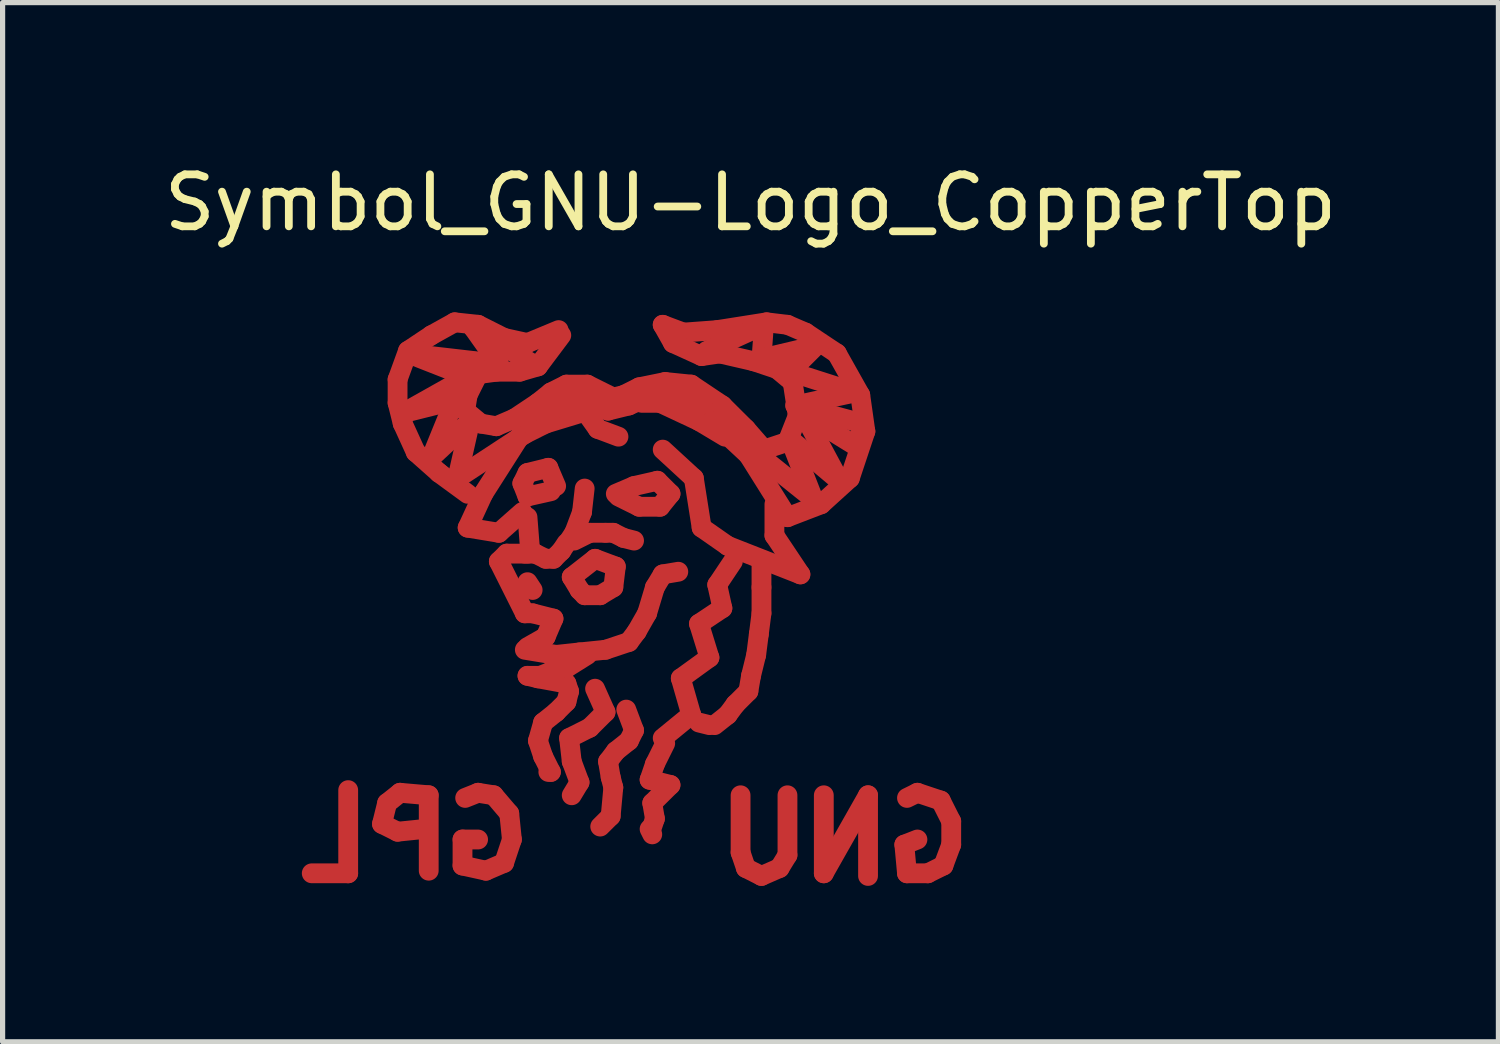
<source format=kicad_pcb>
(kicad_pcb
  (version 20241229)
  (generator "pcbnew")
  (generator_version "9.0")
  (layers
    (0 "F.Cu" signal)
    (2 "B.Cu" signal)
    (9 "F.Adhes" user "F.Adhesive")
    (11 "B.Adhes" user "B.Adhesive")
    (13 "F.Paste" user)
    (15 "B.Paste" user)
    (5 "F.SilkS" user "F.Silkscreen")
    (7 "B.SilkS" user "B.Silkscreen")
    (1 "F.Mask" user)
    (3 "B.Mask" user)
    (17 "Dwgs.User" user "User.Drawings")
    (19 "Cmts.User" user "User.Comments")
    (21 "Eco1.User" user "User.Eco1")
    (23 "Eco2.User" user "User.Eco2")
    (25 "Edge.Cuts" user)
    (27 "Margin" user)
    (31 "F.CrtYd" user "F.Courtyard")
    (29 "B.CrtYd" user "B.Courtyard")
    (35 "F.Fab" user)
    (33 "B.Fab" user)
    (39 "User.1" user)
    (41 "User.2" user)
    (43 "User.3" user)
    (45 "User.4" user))
  (footprint "Symbol_GNU-Logo_CopperTop"
    (layer "F.Cu")
    (at 11.387 6.899)
    (property "Reference" "Symbol_GNU-Logo_CopperTop" (at 0 -6.05 0) (layer "F.SilkS") (effects (font (size 1 1) (thickness 0.15))))
    (attr through_hole)
    (fp_line (start -7.739 5.25) (end -7.739 6.85) (stroke (width 0.381) (type solid)) (layer "F.Cu"))
    (fp_line (start -7.739 6.85) (end -8.44 6.85) (stroke (width 0.381) (type solid)) (layer "F.Cu"))
    (fp_line (start -7.089 5.9) (end -6.789 6.05) (stroke (width 0.381) (type solid)) (layer "F.Cu"))
    (fp_line (start -6.99 5.499) (end -7.089 5.9) (stroke (width 0.381) (type solid)) (layer "F.Cu"))
    (fp_line (start -6.789 -2.649) (end -6.789 -2.2) (stroke (width 0.381) (type solid)) (layer "F.Cu"))
    (fp_line (start -6.789 -2.2) (end -6.69 -1.801) (stroke (width 0.381) (type solid)) (layer "F.Cu"))
    (fp_line (start -6.789 6.05) (end -6.289 5.999) (stroke (width 0.381) (type solid)) (layer "F.Cu"))
    (fp_line (start -6.741 5.301) (end -6.99 5.499) (stroke (width 0.381) (type solid)) (layer "F.Cu"))
    (fp_line (start -6.69 -1.999) (end -5.441 -2.7) (stroke (width 0.381) (type solid)) (layer "F.Cu"))
    (fp_line (start -6.69 -1.801) (end -6.439 -1.25) (stroke (width 0.381) (type solid)) (layer "F.Cu"))
    (fp_line (start -6.589 -3.2) (end -6.789 -2.649) (stroke (width 0.381) (type solid)) (layer "F.Cu"))
    (fp_line (start -6.589 -3.15) (end -4.841 -2.949) (stroke (width 0.381) (type solid)) (layer "F.Cu"))
    (fp_line (start -6.439 -1.25) (end -5.989 -0.851) (stroke (width 0.381) (type solid)) (layer "F.Cu"))
    (fp_line (start -6.19 5.349) (end -6.741 5.301) (stroke (width 0.381) (type solid)) (layer "F.Cu"))
    (fp_line (start -6.19 6.8) (end -6.19 5.349) (stroke (width 0.381) (type solid)) (layer "F.Cu"))
    (fp_line (start -6.139 -3.5) (end -6.589 -3.2) (stroke (width 0.381) (type solid)) (layer "F.Cu"))
    (fp_line (start -6.139 -1.151) (end -5.69 -2.25) (stroke (width 0.381) (type solid)) (layer "F.Cu"))
    (fp_line (start -5.989 -0.851) (end -5.441 -0.45) (stroke (width 0.381) (type solid)) (layer "F.Cu"))
    (fp_line (start -5.69 -3.749) (end -6.139 -3.5) (stroke (width 0.381) (type solid)) (layer "F.Cu"))
    (fp_line (start -5.69 -2.25) (end -6.69 -1.999) (stroke (width 0.381) (type solid)) (layer "F.Cu"))
    (fp_line (start -5.639 -0.749) (end -5.39 -1.849) (stroke (width 0.381) (type solid)) (layer "F.Cu"))
    (fp_line (start -5.54 6.2) (end -5.24 6.2) (stroke (width 0.381) (type solid)) (layer "F.Cu"))
    (fp_line (start -5.54 6.701) (end -5.54 6.2) (stroke (width 0.381) (type solid)) (layer "F.Cu"))
    (fp_line (start -5.489 -2.05) (end -5.189 -1.801) (stroke (width 0.381) (type solid)) (layer "F.Cu"))
    (fp_line (start -5.489 5.4) (end -5.24 5.301) (stroke (width 0.381) (type solid)) (layer "F.Cu"))
    (fp_line (start -5.441 -2.7) (end -6.589 -3.15) (stroke (width 0.381) (type solid)) (layer "F.Cu"))
    (fp_line (start -5.441 -2.349) (end -5.489 -2.05) (stroke (width 0.381) (type solid)) (layer "F.Cu"))
    (fp_line (start -5.441 0.201) (end -4.841 0.3) (stroke (width 0.381) (type solid)) (layer "F.Cu"))
    (fp_line (start -5.39 -1.849) (end -6.139 -1.151) (stroke (width 0.381) (type solid)) (layer "F.Cu"))
    (fp_line (start -5.339 -3.65) (end -4.191 -2.949) (stroke (width 0.381) (type solid)) (layer "F.Cu"))
    (fp_line (start -5.24 -3.701) (end -5.69 -3.749) (stroke (width 0.381) (type solid)) (layer "F.Cu"))
    (fp_line (start -5.24 -2.751) (end -5.441 -2.349) (stroke (width 0.381) (type solid)) (layer "F.Cu"))
    (fp_line (start -5.24 5.301) (end -4.94 5.349) (stroke (width 0.381) (type solid)) (layer "F.Cu"))
    (fp_line (start -5.189 -1.801) (end -4.889 -1.75) (stroke (width 0.381) (type solid)) (layer "F.Cu"))
    (fp_line (start -5.141 -0.45) (end -5.441 0.201) (stroke (width 0.381) (type solid)) (layer "F.Cu"))
    (fp_line (start -5.09 6.8) (end -5.54 6.701) (stroke (width 0.381) (type solid)) (layer "F.Cu"))
    (fp_line (start -4.94 5.349) (end -4.641 5.7) (stroke (width 0.381) (type solid)) (layer "F.Cu"))
    (fp_line (start -4.889 -2.799) (end -5.24 -2.751) (stroke (width 0.381) (type solid)) (layer "F.Cu"))
    (fp_line (start -4.889 -1.75) (end -4.539 -1.9) (stroke (width 0.381) (type solid)) (layer "F.Cu"))
    (fp_line (start -4.841 -2.949) (end -5.339 -3.65) (stroke (width 0.381) (type solid)) (layer "F.Cu"))
    (fp_line (start -4.841 0.3) (end -4.389 -0.099) (stroke (width 0.381) (type solid)) (layer "F.Cu"))
    (fp_line (start -4.841 0.851) (end -4.341 1.849) (stroke (width 0.381) (type solid)) (layer "F.Cu"))
    (fp_line (start -4.74 -3.449) (end -5.24 -3.701) (stroke (width 0.381) (type solid)) (layer "F.Cu"))
    (fp_line (start -4.74 6.65) (end -5.09 6.8) (stroke (width 0.381) (type solid)) (layer "F.Cu"))
    (fp_line (start -4.689 0.701) (end -4.841 0.851) (stroke (width 0.381) (type solid)) (layer "F.Cu"))
    (fp_line (start -4.641 5.7) (end -4.59 6.2) (stroke (width 0.381) (type solid)) (layer "F.Cu"))
    (fp_line (start -4.59 6.2) (end -4.74 6.65) (stroke (width 0.381) (type solid)) (layer "F.Cu"))
    (fp_line (start -4.539 -1.9) (end -4.089 -2.2) (stroke (width 0.381) (type solid)) (layer "F.Cu"))
    (fp_line (start -4.44 -2.799) (end -4.889 -2.799) (stroke (width 0.381) (type solid)) (layer "F.Cu"))
    (fp_line (start -4.44 -1.549) (end -5.141 -0.45) (stroke (width 0.381) (type solid)) (layer "F.Cu"))
    (fp_line (start -4.389 -0.65) (end -4.29 -0.399) (stroke (width 0.381) (type solid)) (layer "F.Cu"))
    (fp_line (start -4.341 -1.6) (end -5.639 -0.749) (stroke (width 0.381) (type solid)) (layer "F.Cu"))
    (fp_line (start -4.341 1.849) (end -4.191 1.849) (stroke (width 0.381) (type solid)) (layer "F.Cu"))
    (fp_line (start -4.341 2.55) (end -3.739 2.649) (stroke (width 0.381) (type solid)) (layer "F.Cu"))
    (fp_line (start -4.29 -3.35) (end -4.74 -3.449) (stroke (width 0.381) (type solid)) (layer "F.Cu"))
    (fp_line (start -4.29 -0.851) (end -4.389 -0.65) (stroke (width 0.381) (type solid)) (layer "F.Cu"))
    (fp_line (start -4.29 -0.399) (end -3.84 -0.5) (stroke (width 0.381) (type solid)) (layer "F.Cu"))
    (fp_line (start -4.29 0) (end -4.239 0.65) (stroke (width 0.381) (type solid)) (layer "F.Cu"))
    (fp_line (start -4.29 0.701) (end -4.689 0.701) (stroke (width 0.381) (type solid)) (layer "F.Cu"))
    (fp_line (start -4.29 1.25) (end -4.191 1.4) (stroke (width 0.381) (type solid)) (layer "F.Cu"))
    (fp_line (start -4.29 3.051) (end -4.089 3.099) (stroke (width 0.381) (type solid)) (layer "F.Cu"))
    (fp_line (start -4.239 -1.801) (end -4.44 -1.549) (stroke (width 0.381) (type solid)) (layer "F.Cu"))
    (fp_line (start -4.191 1.849) (end -3.79 1.951) (stroke (width 0.381) (type solid)) (layer "F.Cu"))
    (fp_line (start -4.14 0.701) (end -4.341 0.701) (stroke (width 0.381) (type solid)) (layer "F.Cu"))
    (fp_line (start -4.089 -2.901) (end -4.44 -2.799) (stroke (width 0.381) (type solid)) (layer "F.Cu"))
    (fp_line (start -4.089 -2.2) (end -3.84 -2.4) (stroke (width 0.381) (type solid)) (layer "F.Cu"))
    (fp_line (start -4.089 3.099) (end -3.541 3.2) (stroke (width 0.381) (type solid)) (layer "F.Cu"))
    (fp_line (start -4.089 4.3) (end -3.99 4.6) (stroke (width 0.381) (type solid)) (layer "F.Cu"))
    (fp_line (start -4.041 3.051) (end -4.29 3.051) (stroke (width 0.381) (type solid)) (layer "F.Cu"))
    (fp_line (start -3.99 3.95) (end -4.089 4.3) (stroke (width 0.381) (type solid)) (layer "F.Cu"))
    (fp_line (start -3.99 4.6) (end -3.84 4.9) (stroke (width 0.381) (type solid)) (layer "F.Cu"))
    (fp_line (start -3.94 -1.801) (end -4.341 -1.6) (stroke (width 0.381) (type solid)) (layer "F.Cu"))
    (fp_line (start -3.94 0.8) (end -4.14 0.701) (stroke (width 0.381) (type solid)) (layer "F.Cu"))
    (fp_line (start -3.94 2.301) (end -4.29 2.499) (stroke (width 0.381) (type solid)) (layer "F.Cu"))
    (fp_line (start -3.889 -0.95) (end -4.29 -0.851) (stroke (width 0.381) (type solid)) (layer "F.Cu"))
    (fp_line (start -3.84 -2.4) (end -3.541 -2.55) (stroke (width 0.381) (type solid)) (layer "F.Cu"))
    (fp_line (start -3.84 4.9) (end -3.889 4.9) (stroke (width 0.381) (type solid)) (layer "F.Cu"))
    (fp_line (start -3.79 0.8) (end -3.94 0.8) (stroke (width 0.381) (type solid)) (layer "F.Cu"))
    (fp_line (start -3.79 1.951) (end -3.94 2.301) (stroke (width 0.381) (type solid)) (layer "F.Cu"))
    (fp_line (start -3.79 2.949) (end -4.041 3.051) (stroke (width 0.381) (type solid)) (layer "F.Cu"))
    (fp_line (start -3.739 -0.599) (end -3.889 -0.95) (stroke (width 0.381) (type solid)) (layer "F.Cu"))
    (fp_line (start -3.739 2.649) (end -3.289 2.601) (stroke (width 0.381) (type solid)) (layer "F.Cu"))
    (fp_line (start -3.739 3.749) (end -3.99 3.95) (stroke (width 0.381) (type solid)) (layer "F.Cu"))
    (fp_line (start -3.691 -3.599) (end -4.29 -3.35) (stroke (width 0.381) (type solid)) (layer "F.Cu"))
    (fp_line (start -3.64 -3.5) (end -4.089 -2.901) (stroke (width 0.381) (type solid)) (layer "F.Cu"))
    (fp_line (start -3.64 -2.101) (end -4.239 -1.801) (stroke (width 0.381) (type solid)) (layer "F.Cu"))
    (fp_line (start -3.64 0.65) (end -3.79 0.8) (stroke (width 0.381) (type solid)) (layer "F.Cu"))
    (fp_line (start -3.541 -2.55) (end -3.139 -2.55) (stroke (width 0.381) (type solid)) (layer "F.Cu"))
    (fp_line (start -3.541 0.5) (end -3.64 0.65) (stroke (width 0.381) (type solid)) (layer "F.Cu"))
    (fp_line (start -3.541 2.901) (end -3.79 2.901) (stroke (width 0.381) (type solid)) (layer "F.Cu"))
    (fp_line (start -3.541 3.2) (end -3.49 3.35) (stroke (width 0.381) (type solid)) (layer "F.Cu"))
    (fp_line (start -3.541 3.551) (end -3.739 3.749) (stroke (width 0.381) (type solid)) (layer "F.Cu"))
    (fp_line (start -3.49 3.35) (end -3.541 3.551) (stroke (width 0.381) (type solid)) (layer "F.Cu"))
    (fp_line (start -3.49 4.249) (end -3.439 4.699) (stroke (width 0.381) (type solid)) (layer "F.Cu"))
    (fp_line (start -3.439 1.151) (end -2.99 0.8) (stroke (width 0.381) (type solid)) (layer "F.Cu"))
    (fp_line (start -3.439 4.699) (end -3.289 5.1) (stroke (width 0.381) (type solid)) (layer "F.Cu"))
    (fp_line (start -3.391 -2.301) (end -3.64 -2.25) (stroke (width 0.381) (type solid)) (layer "F.Cu"))
    (fp_line (start -3.391 0.3) (end -3.49 0.45) (stroke (width 0.381) (type solid)) (layer "F.Cu"))
    (fp_line (start -3.391 0.45) (end -3.091 0.3) (stroke (width 0.381) (type solid)) (layer "F.Cu"))
    (fp_line (start -3.289 -1.999) (end -3.94 -1.801) (stroke (width 0.381) (type solid)) (layer "F.Cu"))
    (fp_line (start -3.289 1.4) (end -3.439 1.151) (stroke (width 0.381) (type solid)) (layer "F.Cu"))
    (fp_line (start -3.289 2.601) (end -2.789 2.55) (stroke (width 0.381) (type solid)) (layer "F.Cu"))
    (fp_line (start -3.289 5.1) (end -3.439 5.349) (stroke (width 0.381) (type solid)) (layer "F.Cu"))
    (fp_line (start -3.241 -0.099) (end -3.391 0.3) (stroke (width 0.381) (type solid)) (layer "F.Cu"))
    (fp_line (start -3.19 -2.2) (end -3.64 -2.101) (stroke (width 0.381) (type solid)) (layer "F.Cu"))
    (fp_line (start -3.19 -0.551) (end -3.241 -0.099) (stroke (width 0.381) (type solid)) (layer "F.Cu"))
    (fp_line (start -3.19 1.501) (end -3.289 1.4) (stroke (width 0.381) (type solid)) (layer "F.Cu"))
    (fp_line (start -3.139 -2.55) (end -2.639 -2.301) (stroke (width 0.381) (type solid)) (layer "F.Cu"))
    (fp_line (start -3.139 2.649) (end -3.541 2.901) (stroke (width 0.381) (type solid)) (layer "F.Cu"))
    (fp_line (start -3.091 0.3) (end -2.789 0.3) (stroke (width 0.381) (type solid)) (layer "F.Cu"))
    (fp_line (start -3.091 4.049) (end -3.49 4.249) (stroke (width 0.381) (type solid)) (layer "F.Cu"))
    (fp_line (start -2.99 0.8) (end -2.591 0.95) (stroke (width 0.381) (type solid)) (layer "F.Cu"))
    (fp_line (start -2.99 3.299) (end -2.789 3.749) (stroke (width 0.381) (type solid)) (layer "F.Cu"))
    (fp_line (start -2.939 -1.699) (end -3.19 -2.05) (stroke (width 0.381) (type solid)) (layer "F.Cu"))
    (fp_line (start -2.891 1.501) (end -3.19 1.501) (stroke (width 0.381) (type solid)) (layer "F.Cu"))
    (fp_line (start -2.789 0.3) (end -2.639 0.3) (stroke (width 0.381) (type solid)) (layer "F.Cu"))
    (fp_line (start -2.789 2.55) (end -2.339 2.4) (stroke (width 0.381) (type solid)) (layer "F.Cu"))
    (fp_line (start -2.789 3.749) (end -3.091 4.049) (stroke (width 0.381) (type solid)) (layer "F.Cu"))
    (fp_line (start -2.741 -2.05) (end -3.19 -2.2) (stroke (width 0.381) (type solid)) (layer "F.Cu"))
    (fp_line (start -2.741 4.699) (end -2.69 5.001) (stroke (width 0.381) (type solid)) (layer "F.Cu"))
    (fp_line (start -2.69 5.001) (end -2.639 5.199) (stroke (width 0.381) (type solid)) (layer "F.Cu"))
    (fp_line (start -2.69 5.751) (end -2.891 5.951) (stroke (width 0.381) (type solid)) (layer "F.Cu"))
    (fp_line (start -2.639 -2.301) (end -2.441 -2.349) (stroke (width 0.381) (type solid)) (layer "F.Cu"))
    (fp_line (start -2.639 0.3) (end -2.441 0.399) (stroke (width 0.381) (type solid)) (layer "F.Cu"))
    (fp_line (start -2.639 1.349) (end -2.891 1.501) (stroke (width 0.381) (type solid)) (layer "F.Cu"))
    (fp_line (start -2.639 5.199) (end -2.69 5.751) (stroke (width 0.381) (type solid)) (layer "F.Cu"))
    (fp_line (start -2.591 -0.45) (end -2.24 -0.599) (stroke (width 0.381) (type solid)) (layer "F.Cu"))
    (fp_line (start -2.591 0.95) (end -2.639 1.349) (stroke (width 0.381) (type solid)) (layer "F.Cu"))
    (fp_line (start -2.591 4.501) (end -2.741 4.699) (stroke (width 0.381) (type solid)) (layer "F.Cu"))
    (fp_line (start -2.54 -1.549) (end -2.939 -1.699) (stroke (width 0.381) (type solid)) (layer "F.Cu"))
    (fp_line (start -2.441 -2.349) (end -2.141 -2.499) (stroke (width 0.381) (type solid)) (layer "F.Cu"))
    (fp_line (start -2.441 0.399) (end -2.24 0.45) (stroke (width 0.381) (type solid)) (layer "F.Cu"))
    (fp_line (start -2.39 3.701) (end -2.24 4.1) (stroke (width 0.381) (type solid)) (layer "F.Cu"))
    (fp_line (start -2.339 -2.149) (end -2.741 -2.05) (stroke (width 0.381) (type solid)) (layer "F.Cu"))
    (fp_line (start -2.339 2.4) (end -2.189 2.2) (stroke (width 0.381) (type solid)) (layer "F.Cu"))
    (fp_line (start -2.339 4.3) (end -2.591 4.501) (stroke (width 0.381) (type solid)) (layer "F.Cu"))
    (fp_line (start -2.24 -0.599) (end -1.791 -0.701) (stroke (width 0.381) (type solid)) (layer "F.Cu"))
    (fp_line (start -2.24 4.1) (end -2.339 4.3) (stroke (width 0.381) (type solid)) (layer "F.Cu"))
    (fp_line (start -2.189 2.2) (end -1.989 1.849) (stroke (width 0.381) (type solid)) (layer "F.Cu"))
    (fp_line (start -2.141 -2.499) (end -1.641 -2.601) (stroke (width 0.381) (type solid)) (layer "F.Cu"))
    (fp_line (start -2.141 -0.201) (end -2.54 -0.399) (stroke (width 0.381) (type solid)) (layer "F.Cu"))
    (fp_line (start -1.989 1.849) (end -1.839 1.349) (stroke (width 0.381) (type solid)) (layer "F.Cu"))
    (fp_line (start -1.941 5.05) (end -1.539 5.151) (stroke (width 0.381) (type solid)) (layer "F.Cu"))
    (fp_line (start -1.941 5.999) (end -1.89 6.101) (stroke (width 0.381) (type solid)) (layer "F.Cu"))
    (fp_line (start -1.89 -2.349) (end -2.339 -2.149) (stroke (width 0.381) (type solid)) (layer "F.Cu"))
    (fp_line (start -1.89 5.499) (end -1.839 5.799) (stroke (width 0.381) (type solid)) (layer "F.Cu"))
    (fp_line (start -1.839 1.349) (end -1.689 1.1) (stroke (width 0.381) (type solid)) (layer "F.Cu"))
    (fp_line (start -1.839 4.75) (end -1.941 5.05) (stroke (width 0.381) (type solid)) (layer "F.Cu"))
    (fp_line (start -1.839 5.799) (end -1.89 5.951) (stroke (width 0.381) (type solid)) (layer "F.Cu"))
    (fp_line (start -1.791 -0.701) (end -1.539 -0.45) (stroke (width 0.381) (type solid)) (layer "F.Cu"))
    (fp_line (start -1.74 -2.2) (end -2.09 -2.2) (stroke (width 0.381) (type solid)) (layer "F.Cu"))
    (fp_line (start -1.74 -0.201) (end -2.141 -0.201) (stroke (width 0.381) (type solid)) (layer "F.Cu"))
    (fp_line (start -1.689 -3.701) (end -1.29 -3.551) (stroke (width 0.381) (type solid)) (layer "F.Cu"))
    (fp_line (start -1.689 1.1) (end -1.389 1.049) (stroke (width 0.381) (type solid)) (layer "F.Cu"))
    (fp_line (start -1.641 -2.601) (end -1.14 -2.55) (stroke (width 0.381) (type solid)) (layer "F.Cu"))
    (fp_line (start -1.641 4.351) (end -1.839 4.75) (stroke (width 0.381) (type solid)) (layer "F.Cu"))
    (fp_line (start -1.539 -0.45) (end -1.74 -0.201) (stroke (width 0.381) (type solid)) (layer "F.Cu"))
    (fp_line (start -1.539 5.151) (end -1.89 5.499) (stroke (width 0.381) (type solid)) (layer "F.Cu"))
    (fp_line (start -1.491 -3.35) (end -1.689 -3.701) (stroke (width 0.381) (type solid)) (layer "F.Cu"))
    (fp_line (start -1.341 -2.301) (end -1.89 -2.349) (stroke (width 0.381) (type solid)) (layer "F.Cu"))
    (fp_line (start -1.341 3.099) (end -1.14 3.8) (stroke (width 0.381) (type solid)) (layer "F.Cu"))
    (fp_line (start -1.29 -3.551) (end -0.64 -3.599) (stroke (width 0.381) (type solid)) (layer "F.Cu"))
    (fp_line (start -1.14 -2.55) (end -0.541 -2.149) (stroke (width 0.381) (type solid)) (layer "F.Cu"))
    (fp_line (start -1.14 3.8) (end -1.689 4.249) (stroke (width 0.381) (type solid)) (layer "F.Cu"))
    (fp_line (start -1.09 -0.749) (end -1.689 -1.3) (stroke (width 0.381) (type solid)) (layer "F.Cu"))
    (fp_line (start -0.991 -1.849) (end -1.74 -2.2) (stroke (width 0.381) (type solid)) (layer "F.Cu"))
    (fp_line (start -0.991 2.05) (end -0.79 2.7) (stroke (width 0.381) (type solid)) (layer "F.Cu"))
    (fp_line (start -0.94 -3.099) (end -1.491 -3.35) (stroke (width 0.381) (type solid)) (layer "F.Cu"))
    (fp_line (start -0.94 0.201) (end -1.09 -0.749) (stroke (width 0.381) (type solid)) (layer "F.Cu"))
    (fp_line (start -0.79 2.7) (end -1.341 3.099) (stroke (width 0.381) (type solid)) (layer "F.Cu"))
    (fp_line (start -0.79 4) (end -0.991 3.95) (stroke (width 0.381) (type solid)) (layer "F.Cu"))
    (fp_line (start -0.739 -1.849) (end -1.341 -2.301) (stroke (width 0.381) (type solid)) (layer "F.Cu"))
    (fp_line (start -0.691 4) (end -0.439 3.8) (stroke (width 0.381) (type solid)) (layer "F.Cu"))
    (fp_line (start -0.64 -3.599) (end 0.31 -3.749) (stroke (width 0.381) (type solid)) (layer "F.Cu"))
    (fp_line (start -0.64 1.3) (end -0.541 1.75) (stroke (width 0.381) (type solid)) (layer "F.Cu"))
    (fp_line (start -0.589 -3.15) (end -0.94 -3.099) (stroke (width 0.381) (type solid)) (layer "F.Cu"))
    (fp_line (start -0.541 -2.149) (end -0.089 -1.699) (stroke (width 0.381) (type solid)) (layer "F.Cu"))
    (fp_line (start -0.541 1.75) (end -0.991 2.05) (stroke (width 0.381) (type solid)) (layer "F.Cu"))
    (fp_line (start -0.49 -1.549) (end -0.991 -1.849) (stroke (width 0.381) (type solid)) (layer "F.Cu"))
    (fp_line (start -0.439 0.551) (end -0.94 0.201) (stroke (width 0.381) (type solid)) (layer "F.Cu"))
    (fp_line (start -0.439 3.8) (end -0.29 3.599) (stroke (width 0.381) (type solid)) (layer "F.Cu"))
    (fp_line (start -0.34 0.851) (end -0.64 1.3) (stroke (width 0.381) (type solid)) (layer "F.Cu"))
    (fp_line (start -0.29 3.599) (end -0.041 3.35) (stroke (width 0.381) (type solid)) (layer "F.Cu"))
    (fp_line (start -0.191 6.449) (end -0.191 5.349) (stroke (width 0.381) (type solid)) (layer "F.Cu"))
    (fp_line (start -0.089 -1.699) (end 0.259 -1.3) (stroke (width 0.381) (type solid)) (layer "F.Cu"))
    (fp_line (start -0.089 6.749) (end -0.191 6.449) (stroke (width 0.381) (type solid)) (layer "F.Cu"))
    (fp_line (start -0.041 -1.199) (end -0.739 -1.849) (stroke (width 0.381) (type solid)) (layer "F.Cu"))
    (fp_line (start -0.041 3.35) (end 0.01 3.051) (stroke (width 0.381) (type solid)) (layer "F.Cu"))
    (fp_line (start 0.01 3.051) (end 0.109 2.649) (stroke (width 0.381) (type solid)) (layer "F.Cu"))
    (fp_line (start 0.061 -3) (end -0.589 -3.15) (stroke (width 0.381) (type solid)) (layer "F.Cu"))
    (fp_line (start 0.109 2.649) (end 0.16 2.25) (stroke (width 0.381) (type solid)) (layer "F.Cu"))
    (fp_line (start 0.16 2.25) (end 0.211 1.849) (stroke (width 0.381) (type solid)) (layer "F.Cu"))
    (fp_line (start 0.211 -3.051) (end 0.259 -3.701) (stroke (width 0.381) (type solid)) (layer "F.Cu"))
    (fp_line (start 0.211 -1.151) (end 1.209 -0.351) (stroke (width 0.381) (type solid)) (layer "F.Cu"))
    (fp_line (start 0.211 1.349) (end 0.211 0.851) (stroke (width 0.381) (type solid)) (layer "F.Cu"))
    (fp_line (start 0.211 1.849) (end 0.211 1.349) (stroke (width 0.381) (type solid)) (layer "F.Cu"))
    (fp_line (start 0.211 6.901) (end -0.089 6.749) (stroke (width 0.381) (type solid)) (layer "F.Cu"))
    (fp_line (start 0.259 -3.701) (end -0.841 -3.2) (stroke (width 0.381) (type solid)) (layer "F.Cu"))
    (fp_line (start 0.259 -1.3) (end 0.711 -1.45) (stroke (width 0.381) (type solid)) (layer "F.Cu"))
    (fp_line (start 0.31 -3.749) (end 0.711 -3.701) (stroke (width 0.381) (type solid)) (layer "F.Cu"))
    (fp_line (start 0.46 -0.249) (end 0.46 0.351) (stroke (width 0.381) (type solid)) (layer "F.Cu"))
    (fp_line (start 0.46 0.351) (end 0.96 1.1) (stroke (width 0.381) (type solid)) (layer "F.Cu"))
    (fp_line (start 0.511 -2.85) (end 0.061 -3) (stroke (width 0.381) (type solid)) (layer "F.Cu"))
    (fp_line (start 0.559 6.749) (end 0.211 6.901) (stroke (width 0.381) (type solid)) (layer "F.Cu"))
    (fp_line (start 0.711 -3.701) (end 1.059 -3.551) (stroke (width 0.381) (type solid)) (layer "F.Cu"))
    (fp_line (start 0.711 -1.45) (end 0.909 -1.951) (stroke (width 0.381) (type solid)) (layer "F.Cu"))
    (fp_line (start 0.711 0) (end -0.041 -1.199) (stroke (width 0.381) (type solid)) (layer "F.Cu"))
    (fp_line (start 0.711 5.349) (end 0.711 6.5) (stroke (width 0.381) (type solid)) (layer "F.Cu"))
    (fp_line (start 0.711 6.5) (end 0.559 6.749) (stroke (width 0.381) (type solid)) (layer "F.Cu"))
    (fp_line (start 0.759 -2.799) (end 1.26 -3.299) (stroke (width 0.381) (type solid)) (layer "F.Cu"))
    (fp_line (start 0.759 -1.501) (end 1.709 -0.701) (stroke (width 0.381) (type solid)) (layer "F.Cu"))
    (fp_line (start 0.81 -2.601) (end 0.511 -2.85) (stroke (width 0.381) (type solid)) (layer "F.Cu"))
    (fp_line (start 0.861 -2.149) (end 2.009 -2.4) (stroke (width 0.381) (type solid)) (layer "F.Cu"))
    (fp_line (start 0.909 -1.951) (end 0.81 -2.601) (stroke (width 0.381) (type solid)) (layer "F.Cu"))
    (fp_line (start 0.96 1.1) (end -0.439 0.551) (stroke (width 0.381) (type solid)) (layer "F.Cu"))
    (fp_line (start 1.011 -1.999) (end 2.06 -1.349) (stroke (width 0.381) (type solid)) (layer "F.Cu"))
    (fp_line (start 1.059 -3.551) (end 1.661 -3.15) (stroke (width 0.381) (type solid)) (layer "F.Cu"))
    (fp_line (start 1.209 -0.351) (end 0.759 -1.501) (stroke (width 0.381) (type solid)) (layer "F.Cu"))
    (fp_line (start 1.26 -3.299) (end 0.211 -3.051) (stroke (width 0.381) (type solid)) (layer "F.Cu"))
    (fp_line (start 1.359 -0.249) (end 0.711 0) (stroke (width 0.381) (type solid)) (layer "F.Cu"))
    (fp_line (start 1.41 6.85) (end 1.41 5.349) (stroke (width 0.381) (type solid)) (layer "F.Cu"))
    (fp_line (start 1.661 -3.15) (end 2.111 -2.349) (stroke (width 0.381) (type solid)) (layer "F.Cu"))
    (fp_line (start 1.709 -0.701) (end 1.011 -1.999) (stroke (width 0.381) (type solid)) (layer "F.Cu"))
    (fp_line (start 1.91 -0.749) (end 1.359 -0.249) (stroke (width 0.381) (type solid)) (layer "F.Cu"))
    (fp_line (start 2.009 -2.4) (end 0.759 -2.799) (stroke (width 0.381) (type solid)) (layer "F.Cu"))
    (fp_line (start 2.06 -1.349) (end 2.159 -1.801) (stroke (width 0.381) (type solid)) (layer "F.Cu"))
    (fp_line (start 2.111 -2.349) (end 2.21 -1.651) (stroke (width 0.381) (type solid)) (layer "F.Cu"))
    (fp_line (start 2.159 -1.801) (end 0.861 -2.149) (stroke (width 0.381) (type solid)) (layer "F.Cu"))
    (fp_line (start 2.21 -1.651) (end 1.91 -0.749) (stroke (width 0.381) (type solid)) (layer "F.Cu"))
    (fp_line (start 2.261 5.349) (end 1.41 6.85) (stroke (width 0.381) (type solid)) (layer "F.Cu"))
    (fp_line (start 2.261 6.901) (end 2.261 5.349) (stroke (width 0.381) (type solid)) (layer "F.Cu"))
    (fp_line (start 2.959 6.299) (end 3.211 6.2) (stroke (width 0.381) (type solid)) (layer "F.Cu"))
    (fp_line (start 3.01 5.4) (end 3.211 5.301) (stroke (width 0.381) (type solid)) (layer "F.Cu"))
    (fp_line (start 3.01 6.85) (end 2.959 6.299) (stroke (width 0.381) (type solid)) (layer "F.Cu"))
    (fp_line (start 3.211 5.301) (end 3.66 5.451) (stroke (width 0.381) (type solid)) (layer "F.Cu"))
    (fp_line (start 3.411 6.85) (end 3.01 6.85) (stroke (width 0.381) (type solid)) (layer "F.Cu"))
    (fp_line (start 3.66 5.451) (end 3.861 5.85) (stroke (width 0.381) (type solid)) (layer "F.Cu"))
    (fp_line (start 3.711 6.701) (end 3.411 6.85) (stroke (width 0.381) (type solid)) (layer "F.Cu"))
    (fp_line (start 3.861 5.85) (end 3.861 6.299) (stroke (width 0.381) (type solid)) (layer "F.Cu"))
    (fp_line (start 3.861 6.299) (end 3.711 6.701) (stroke (width 0.381) (type solid)) (layer "F.Cu")))
  (gr_rect
    (start -3 -3)
    (end 25.774 16.99)
    (stroke (width 0.1) (type default))
    (fill no)
    (layer "Edge.Cuts")))
</source>
